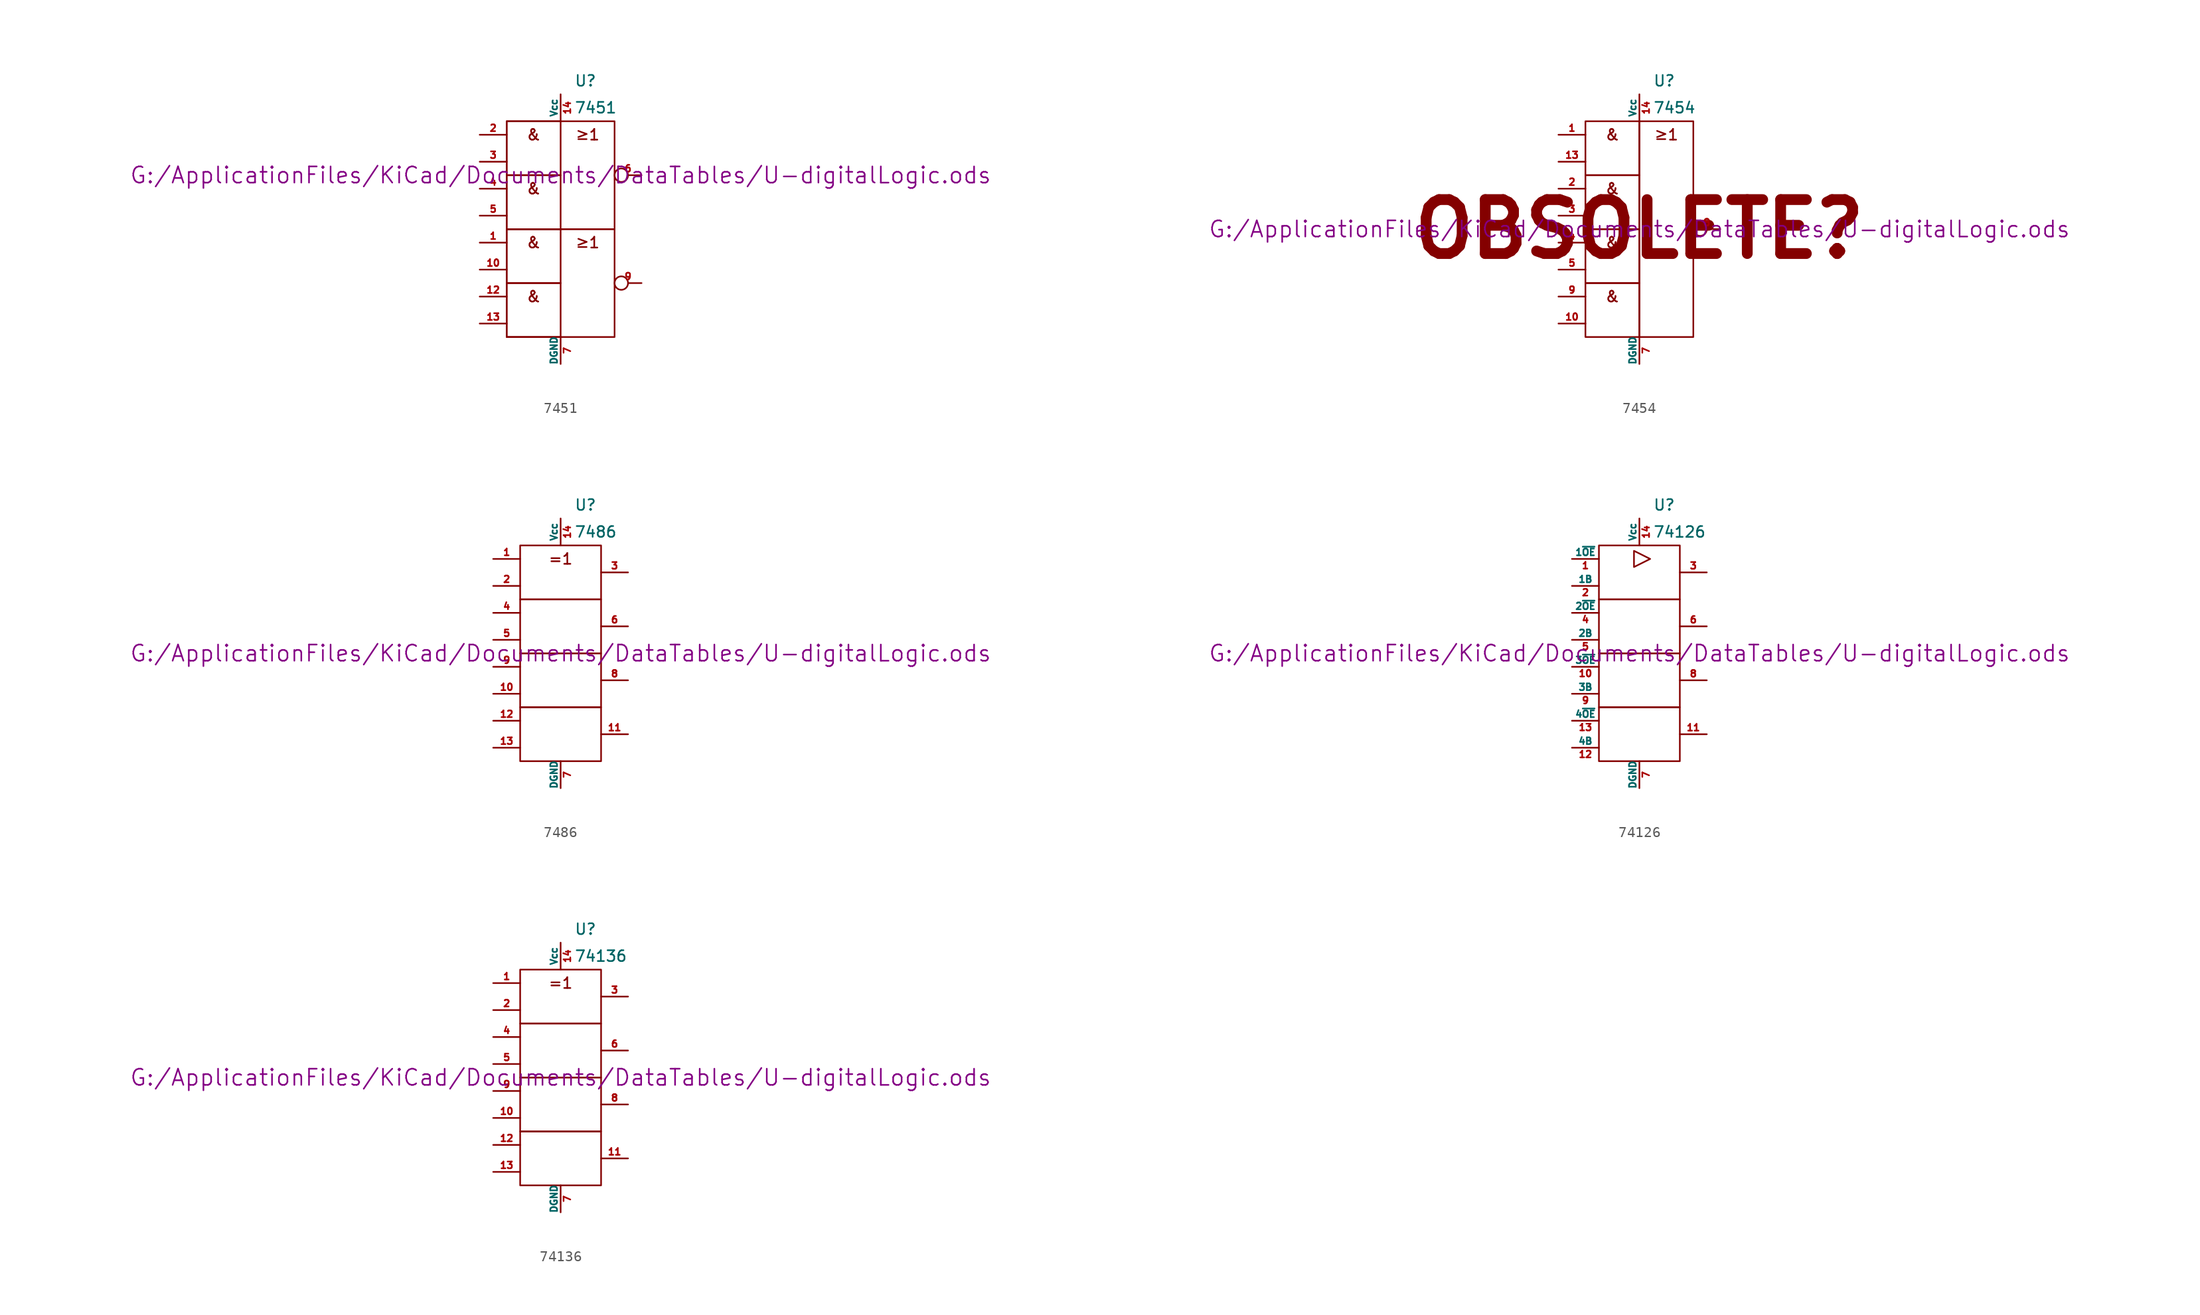
<source format=kicad_sym>
(kicad_symbol_lib
  (version 20211014)
  (generator kicad_symbol_editor)
  (symbol "7451"
    (pin_names
      (offset 0))
    (property "Reference" "U"
      (at 1.27 13.97 0)
      (effects (font (size 1.016 1.016)) (justify left)))
    (property "Value" "7451"
      (at 1.27 11.43 0)
      (effects (font (size 1.016 1.016)) (justify left)))
    (property "Footprint" ""
      (at 0 5.08 0)
      (effects (font (size 1.524 1.524))))
    (property "Datasheet" "G:/ApplicationFiles/KiCad/Documents/DataTables/U-digitalLogic.ods"
      (at 0 5.08 0)
      (effects (font (size 1.524 1.524))))
    (symbol "7451_0_0"
      (text "&" (at -2.54 -6.35 0) (effects (font (size 1.016 1.016))))
      (text "&" (at -2.54 -1.27 0) (effects (font (size 1.016 1.016))))
      (text "&" (at -2.54 3.81 0) (effects (font (size 1.016 1.016))))
      (text "&" (at -2.54 8.89 0) (effects (font (size 1.016 1.016))))
      (text "≥1" (at 2.54 -1.27 0) (effects (font (size 1.016 1.016))))
      (text "≥1" (at 2.54 8.89 0) (effects (font (size 1.016 1.016)))))
    (symbol "7451_0_1"
      (rectangle (start -5.08 0) (end 5.08 -10.16) (stroke (width 0) (type default) (color 0 0 0 0)) (fill (type none)))
      (rectangle (start -5.08 10.16) (end 5.08 0) (stroke (width 0) (type default) (color 0 0 0 0)) (fill (type none)))
      (rectangle (start 0 -5.08) (end -5.08 -10.16) (stroke (width 0) (type default) (color 0 0 0 0)) (fill (type none)))
      (rectangle (start 0 0) (end -5.08 -5.08) (stroke (width 0) (type default) (color 0 0 0 0)) (fill (type none)))
      (rectangle (start 0 5.08) (end -5.08 0) (stroke (width 0) (type default) (color 0 0 0 0)) (fill (type none)))
      (rectangle (start 0 10.16) (end -5.08 5.08) (stroke (width 0) (type default) (color 0 0 0 0)) (fill (type none))))
    (symbol "7451_1_1"
      (pin input line (at -7.62 -1.27 0) (length 2.54) (name "~" (effects (font (size 0.635 0.635)))) (number "1" (effects (font (size 0.635 0.635)))))
      (pin input line (at -7.62 -3.81 0) (length 2.54) (name "~" (effects (font (size 0.635 0.635)))) (number "10" (effects (font (size 0.635 0.635)))))
      (pin input line (at -7.62 -6.35 0) (length 2.54) (name "~" (effects (font (size 0.635 0.635)))) (number "12" (effects (font (size 0.635 0.635)))))
      (pin input line (at -7.62 -8.89 0) (length 2.54) (name "~" (effects (font (size 0.635 0.635)))) (number "13" (effects (font (size 0.635 0.635)))))
      (pin power_in line (at 0 12.7 270) (length 2.54) (name "Vcc" (effects (font (size 0.635 0.635)))) (number "14" (effects (font (size 0.635 0.635)))))
      (pin input line (at -7.62 8.89 0) (length 2.54) (name "~" (effects (font (size 0.635 0.635)))) (number "2" (effects (font (size 0.635 0.635)))))
      (pin input line (at -7.62 6.35 0) (length 2.54) (name "~" (effects (font (size 0.635 0.635)))) (number "3" (effects (font (size 0.635 0.635)))))
      (pin input line (at -7.62 3.81 0) (length 2.54) (name "~" (effects (font (size 0.635 0.635)))) (number "4" (effects (font (size 0.635 0.635)))))
      (pin input line (at -7.62 1.27 0) (length 2.54) (name "~" (effects (font (size 0.635 0.635)))) (number "5" (effects (font (size 0.635 0.635)))))
      (pin output inverted (at 7.62 5.08 180) (length 2.54) (name "~" (effects (font (size 0.635 0.635)))) (number "6" (effects (font (size 0.635 0.635)))))
      (pin power_in line (at 0 -12.7 90) (length 2.54) (name "DGND" (effects (font (size 0.635 0.635)))) (number "7" (effects (font (size 0.635 0.635)))))
      (pin output inverted (at 7.62 -5.08 180) (length 2.54) (name "~" (effects (font (size 0.635 0.635)))) (number "9" (effects (font (size 0.635 0.635)))))))
  (symbol "7454"
    (pin_names
      (offset 0))
    (property "Reference" "U"
      (at 1.27 13.97 0)
      (effects (font (size 1.016 1.016)) (justify left)))
    (property "Value" "7454"
      (at 1.27 11.43 0)
      (effects (font (size 1.016 1.016)) (justify left)))
    (property "Footprint" ""
      (at 0 0 0)
      (effects (font (size 1.524 1.524))))
    (property "Datasheet" "G:/ApplicationFiles/KiCad/Documents/DataTables/U-digitalLogic.ods"
      (at 0 0 0)
      (effects (font (size 1.524 1.524))))
    (symbol "7454_0_0"
      (rectangle (start -5.08 -5.08) (end 0 -10.16) (stroke (width 0) (type default) (color 0 0 0 0)) (fill (type none)))
      (rectangle (start -5.08 0) (end 0 -5.08) (stroke (width 0) (type default) (color 0 0 0 0)) (fill (type none)))
      (rectangle (start -5.08 5.08) (end 0 0) (stroke (width 0) (type default) (color 0 0 0 0)) (fill (type none)))
      (rectangle (start -5.08 10.16) (end 0 5.08) (stroke (width 0) (type default) (color 0 0 0 0)) (fill (type none)))
      (rectangle (start 0 10.16) (end 5.08 -10.16) (stroke (width 0) (type default) (color 0 0 0 0)) (fill (type none)))
      (text "&" (at -2.54 -6.35 0) (effects (font (size 1.016 1.016))))
      (text "&" (at -2.54 -1.27 0) (effects (font (size 1.016 1.016))))
      (text "&" (at -2.54 3.81 0) (effects (font (size 1.016 1.016))))
      (text "&" (at -2.54 8.89 0) (effects (font (size 1.016 1.016))))
      (text "OBSOLETE?" (at 0 0 0) (effects (font (size 5.08 5.08) bold)))
      (text "≥1" (at 2.54 8.89 0) (effects (font (size 1.016 1.016)))))
    (symbol "7454_1_1"
      (pin input line (at -7.62 8.89 0) (length 2.54) (name "~" (effects (font (size 0.635 0.635)))) (number "1" (effects (font (size 0.635 0.635)))))
      (pin input line (at -7.62 -8.89 0) (length 2.54) (name "~" (effects (font (size 0.635 0.635)))) (number "10" (effects (font (size 0.635 0.635)))))
      (pin input line (at -7.62 6.35 0) (length 2.54) (name "~" (effects (font (size 0.635 0.635)))) (number "13" (effects (font (size 0.635 0.635)))))
      (pin power_in line (at 0 12.7 270) (length 2.54) (name "Vcc" (effects (font (size 0.635 0.635)))) (number "14" (effects (font (size 0.635 0.635)))))
      (pin input line (at -7.62 3.81 0) (length 2.54) (name "~" (effects (font (size 0.635 0.635)))) (number "2" (effects (font (size 0.635 0.635)))))
      (pin input line (at -7.62 1.27 0) (length 2.54) (name "~" (effects (font (size 0.635 0.635)))) (number "3" (effects (font (size 0.635 0.635)))))
      (pin input line (at -7.62 -1.27 0) (length 2.54) (name "~" (effects (font (size 0.635 0.635)))) (number "4" (effects (font (size 0.635 0.635)))))
      (pin input line (at -7.62 -3.81 0) (length 2.54) (name "~" (effects (font (size 0.635 0.635)))) (number "5" (effects (font (size 0.635 0.635)))))
      (pin power_in line (at 0 -12.7 90) (length 2.54) (name "DGND" (effects (font (size 0.635 0.635)))) (number "7" (effects (font (size 0.635 0.635)))))
      (pin output inverted (at 7.62 0 180) (length 2.54) (name "~" (effects (font (size 0.635 0.635)))) (number "8" (effects (font (size 0.635 0.635)))))
      (pin input line (at -7.62 -6.35 0) (length 2.54) (name "~" (effects (font (size 0.635 0.635)))) (number "9" (effects (font (size 0.635 0.635)))))))
  (symbol "7486"
    (pin_names
      (offset 0))
    (property "Reference" "U"
      (at 1.27 13.97 0)
      (effects (font (size 1.016 1.016)) (justify left)))
    (property "Value" "7486"
      (at 1.27 11.43 0)
      (effects (font (size 1.016 1.016)) (justify left)))
    (property "Footprint" ""
      (at 0 0 0)
      (effects (font (size 1.524 1.524))))
    (property "Datasheet" "G:/ApplicationFiles/KiCad/Documents/DataTables/U-digitalLogic.ods"
      (at 0 0 0)
      (effects (font (size 1.524 1.524))))
    (symbol "7486_0_0"
      (text "=1" (at 0 8.89 0) (effects (font (size 1.016 1.016)))))
    (symbol "7486_0_1"
      (rectangle (start -3.81 -5.08) (end 3.81 -10.16) (stroke (width 0) (type default) (color 0 0 0 0)) (fill (type none)))
      (rectangle (start -3.81 0) (end 3.81 -5.08) (stroke (width 0) (type default) (color 0 0 0 0)) (fill (type none)))
      (rectangle (start -3.81 5.08) (end 3.81 0) (stroke (width 0) (type default) (color 0 0 0 0)) (fill (type none)))
      (rectangle (start -3.81 10.16) (end 3.81 5.08) (stroke (width 0) (type default) (color 0 0 0 0)) (fill (type none))))
    (symbol "7486_1_1"
      (pin input line (at -6.35 8.89 0) (length 2.54) (name "~" (effects (font (size 0.635 0.635)))) (number "1" (effects (font (size 0.635 0.635)))))
      (pin input line (at -6.35 -3.81 0) (length 2.54) (name "~" (effects (font (size 0.635 0.635)))) (number "10" (effects (font (size 0.635 0.635)))))
      (pin output line (at 6.35 -7.62 180) (length 2.54) (name "~" (effects (font (size 0.635 0.635)))) (number "11" (effects (font (size 0.635 0.635)))))
      (pin input line (at -6.35 -6.35 0) (length 2.54) (name "~" (effects (font (size 0.635 0.635)))) (number "12" (effects (font (size 0.635 0.635)))))
      (pin input line (at -6.35 -8.89 0) (length 2.54) (name "~" (effects (font (size 0.635 0.635)))) (number "13" (effects (font (size 0.635 0.635)))))
      (pin power_in line (at 0 12.7 270) (length 2.54) (name "Vcc" (effects (font (size 0.635 0.635)))) (number "14" (effects (font (size 0.635 0.635)))))
      (pin input line (at -6.35 6.35 0) (length 2.54) (name "~" (effects (font (size 0.635 0.635)))) (number "2" (effects (font (size 0.635 0.635)))))
      (pin output line (at 6.35 7.62 180) (length 2.54) (name "~" (effects (font (size 0.635 0.635)))) (number "3" (effects (font (size 0.635 0.635)))))
      (pin input line (at -6.35 3.81 0) (length 2.54) (name "~" (effects (font (size 0.635 0.635)))) (number "4" (effects (font (size 0.635 0.635)))))
      (pin input line (at -6.35 1.27 0) (length 2.54) (name "~" (effects (font (size 0.635 0.635)))) (number "5" (effects (font (size 0.635 0.635)))))
      (pin output line (at 6.35 2.54 180) (length 2.54) (name "~" (effects (font (size 0.635 0.635)))) (number "6" (effects (font (size 0.635 0.635)))))
      (pin power_in line (at 0 -12.7 90) (length 2.54) (name "DGND" (effects (font (size 0.635 0.635)))) (number "7" (effects (font (size 0.635 0.635)))))
      (pin output line (at 6.35 -2.54 180) (length 2.54) (name "~" (effects (font (size 0.635 0.635)))) (number "8" (effects (font (size 0.635 0.635)))))
      (pin input line (at -6.35 -1.27 0) (length 2.54) (name "~" (effects (font (size 0.635 0.635)))) (number "9" (effects (font (size 0.635 0.635)))))))
  (symbol "74126"
    (pin_names
      (offset 0))
    (property "Reference" "U"
      (at 1.27 13.97 0)
      (effects (font (size 1.016 1.016)) (justify left)))
    (property "Value" "74126"
      (at 1.27 11.43 0)
      (effects (font (size 1.016 1.016)) (justify left)))
    (property "Footprint" ""
      (at 0 0 0)
      (effects (font (size 1.524 1.524))))
    (property "Datasheet" "G:/ApplicationFiles/KiCad/Documents/DataTables/U-digitalLogic.ods"
      (at 0 0 0)
      (effects (font (size 1.524 1.524))))
    (symbol "74126_0_0"
      (rectangle (start -3.81 -5.08) (end 3.81 -10.16) (stroke (width 0) (type default) (color 0 0 0 0)) (fill (type none)))
      (rectangle (start -3.81 0) (end 3.81 -5.08) (stroke (width 0) (type default) (color 0 0 0 0)) (fill (type none)))
      (rectangle (start -3.81 5.08) (end 3.81 0) (stroke (width 0) (type default) (color 0 0 0 0)) (fill (type none)))
      (rectangle (start -3.81 10.16) (end 3.81 5.08) (stroke (width 0) (type default) (color 0 0 0 0)) (fill (type none))))
    (symbol "74126_0_1"
      (polyline (pts (xy -0.508 9.652) (xy -0.508 8.128) (xy 1.016 8.89) (xy -0.508 9.652)) (stroke (width 0) (type default) (color 0 0 0 0)) (fill (type none))))
    (symbol "74126_1_1"
      (pin input line (at -6.35 8.89 0) (length 2.54) (name "1~{OE}" (effects (font (size 0.635 0.635)))) (number "1" (effects (font (size 0.635 0.635)))))
      (pin input line (at -6.35 -1.27 0) (length 2.54) (name "3~{OE}" (effects (font (size 0.635 0.635)))) (number "10" (effects (font (size 0.635 0.635)))))
      (pin tri_state line (at 6.35 -7.62 180) (length 2.54) (name "~" (effects (font (size 0.635 0.635)))) (number "11" (effects (font (size 0.635 0.635)))))
      (pin input line (at -6.35 -8.89 0) (length 2.54) (name "4B" (effects (font (size 0.635 0.635)))) (number "12" (effects (font (size 0.635 0.635)))))
      (pin input line (at -6.35 -6.35 0) (length 2.54) (name "4~{OE}" (effects (font (size 0.635 0.635)))) (number "13" (effects (font (size 0.635 0.635)))))
      (pin power_in line (at 0 12.7 270) (length 2.54) (name "Vcc" (effects (font (size 0.635 0.635)))) (number "14" (effects (font (size 0.635 0.635)))))
      (pin input line (at -6.35 6.35 0) (length 2.54) (name "1B" (effects (font (size 0.635 0.635)))) (number "2" (effects (font (size 0.635 0.635)))))
      (pin tri_state line (at 6.35 7.62 180) (length 2.54) (name "~" (effects (font (size 0.635 0.635)))) (number "3" (effects (font (size 0.635 0.635)))))
      (pin input line (at -6.35 3.81 0) (length 2.54) (name "2~{OE}" (effects (font (size 0.635 0.635)))) (number "4" (effects (font (size 0.635 0.635)))))
      (pin input line (at -6.35 1.27 0) (length 2.54) (name "2B" (effects (font (size 0.635 0.635)))) (number "5" (effects (font (size 0.635 0.635)))))
      (pin tri_state line (at 6.35 2.54 180) (length 2.54) (name "~" (effects (font (size 0.635 0.635)))) (number "6" (effects (font (size 0.635 0.635)))))
      (pin power_in line (at 0 -12.7 90) (length 2.54) (name "DGND" (effects (font (size 0.635 0.635)))) (number "7" (effects (font (size 0.635 0.635)))))
      (pin tri_state line (at 6.35 -2.54 180) (length 2.54) (name "~" (effects (font (size 0.635 0.635)))) (number "8" (effects (font (size 0.635 0.635)))))
      (pin input line (at -6.35 -3.81 0) (length 2.54) (name "3B" (effects (font (size 0.635 0.635)))) (number "9" (effects (font (size 0.635 0.635)))))))
  (symbol "74136"
    (pin_names
      (offset 0))
    (property "Reference" "U"
      (at 1.27 13.97 0)
      (effects (font (size 1.016 1.016)) (justify left)))
    (property "Value" "74136"
      (at 1.27 11.43 0)
      (effects (font (size 1.016 1.016)) (justify left)))
    (property "Footprint" ""
      (at 0 0 0)
      (effects (font (size 1.524 1.524))))
    (property "Datasheet" "G:/ApplicationFiles/KiCad/Documents/DataTables/U-digitalLogic.ods"
      (at 0 0 0)
      (effects (font (size 1.524 1.524))))
    (symbol "74136_0_0"
      (text "=1" (at 0 8.89 0) (effects (font (size 1.016 1.016)))))
    (symbol "74136_0_1"
      (rectangle (start -3.81 -5.08) (end 3.81 -10.16) (stroke (width 0) (type default) (color 0 0 0 0)) (fill (type none)))
      (rectangle (start -3.81 0) (end 3.81 -5.08) (stroke (width 0) (type default) (color 0 0 0 0)) (fill (type none)))
      (rectangle (start -3.81 5.08) (end 3.81 0) (stroke (width 0) (type default) (color 0 0 0 0)) (fill (type none)))
      (rectangle (start -3.81 10.16) (end 3.81 5.08) (stroke (width 0) (type default) (color 0 0 0 0)) (fill (type none))))
    (symbol "74136_1_1"
      (pin input line (at -6.35 8.89 0) (length 2.54) (name "~" (effects (font (size 0.635 0.635)))) (number "1" (effects (font (size 0.635 0.635)))))
      (pin input line (at -6.35 -3.81 0) (length 2.54) (name "~" (effects (font (size 0.635 0.635)))) (number "10" (effects (font (size 0.635 0.635)))))
      (pin open_collector line (at 6.35 -7.62 180) (length 2.54) (name "~" (effects (font (size 0.635 0.635)))) (number "11" (effects (font (size 0.635 0.635)))))
      (pin input line (at -6.35 -6.35 0) (length 2.54) (name "~" (effects (font (size 0.635 0.635)))) (number "12" (effects (font (size 0.635 0.635)))))
      (pin input line (at -6.35 -8.89 0) (length 2.54) (name "~" (effects (font (size 0.635 0.635)))) (number "13" (effects (font (size 0.635 0.635)))))
      (pin power_in line (at 0 12.7 270) (length 2.54) (name "Vcc" (effects (font (size 0.635 0.635)))) (number "14" (effects (font (size 0.635 0.635)))))
      (pin input line (at -6.35 6.35 0) (length 2.54) (name "~" (effects (font (size 0.635 0.635)))) (number "2" (effects (font (size 0.635 0.635)))))
      (pin open_collector line (at 6.35 7.62 180) (length 2.54) (name "~" (effects (font (size 0.635 0.635)))) (number "3" (effects (font (size 0.635 0.635)))))
      (pin input line (at -6.35 3.81 0) (length 2.54) (name "~" (effects (font (size 0.635 0.635)))) (number "4" (effects (font (size 0.635 0.635)))))
      (pin input line (at -6.35 1.27 0) (length 2.54) (name "~" (effects (font (size 0.635 0.635)))) (number "5" (effects (font (size 0.635 0.635)))))
      (pin open_collector line (at 6.35 2.54 180) (length 2.54) (name "~" (effects (font (size 0.635 0.635)))) (number "6" (effects (font (size 0.635 0.635)))))
      (pin power_in line (at 0 -12.7 90) (length 2.54) (name "DGND" (effects (font (size 0.635 0.635)))) (number "7" (effects (font (size 0.635 0.635)))))
      (pin open_collector line (at 6.35 -2.54 180) (length 2.54) (name "~" (effects (font (size 0.635 0.635)))) (number "8" (effects (font (size 0.635 0.635)))))
      (pin input line (at -6.35 -1.27 0) (length 2.54) (name "~" (effects (font (size 0.635 0.635)))) (number "9" (effects (font (size 0.635 0.635))))))))
</source>
